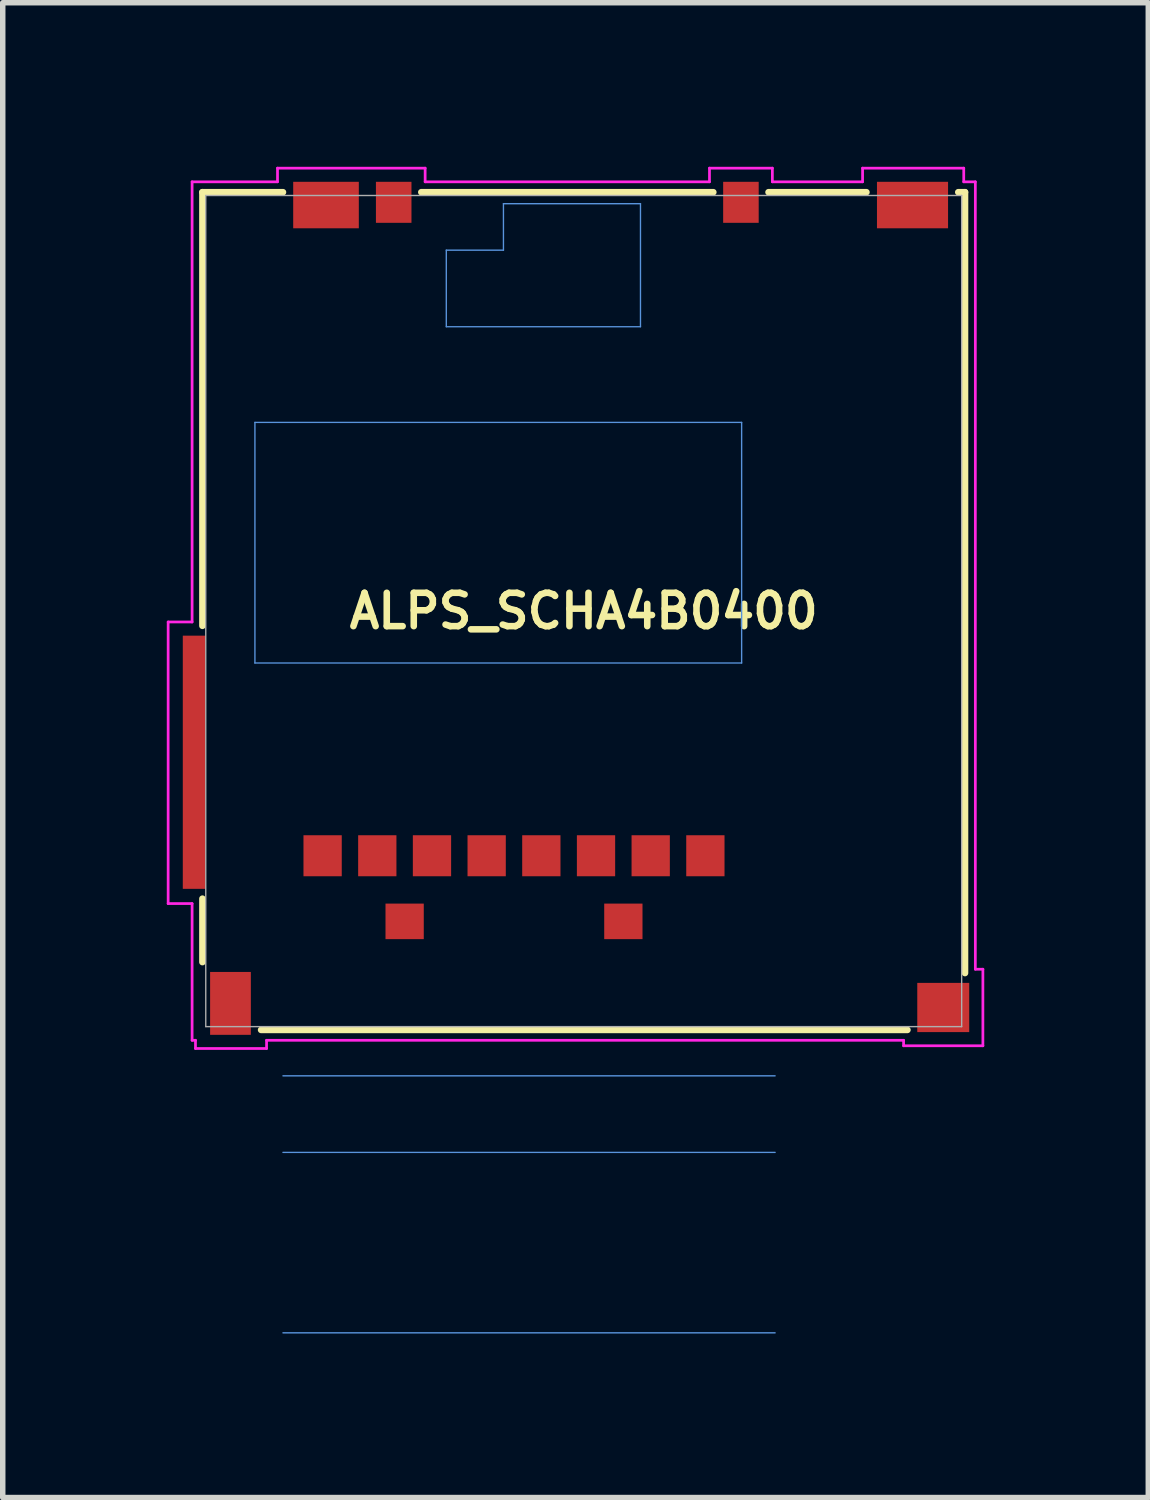
<source format=kicad_pcb>
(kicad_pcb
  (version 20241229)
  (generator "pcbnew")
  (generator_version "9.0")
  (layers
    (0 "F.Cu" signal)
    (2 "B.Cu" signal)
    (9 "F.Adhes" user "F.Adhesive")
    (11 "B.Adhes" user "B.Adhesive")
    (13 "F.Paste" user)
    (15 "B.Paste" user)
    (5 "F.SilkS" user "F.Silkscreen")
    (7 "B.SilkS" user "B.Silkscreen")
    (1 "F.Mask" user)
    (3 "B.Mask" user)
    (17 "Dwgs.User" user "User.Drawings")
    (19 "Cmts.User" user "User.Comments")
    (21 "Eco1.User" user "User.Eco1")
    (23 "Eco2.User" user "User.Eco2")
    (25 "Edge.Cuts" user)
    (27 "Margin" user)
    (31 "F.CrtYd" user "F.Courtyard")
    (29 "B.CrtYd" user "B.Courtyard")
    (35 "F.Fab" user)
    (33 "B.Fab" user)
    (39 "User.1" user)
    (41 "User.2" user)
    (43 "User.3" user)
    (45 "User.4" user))
  (footprint "ALPS_SCHA4B0400"
    (layer "F.Cu")
    (at 7.625 8.125)
    (property "Reference" "ALPS_SCHA4B0400" (at 0 0 0) (layer "F.SilkS") (effects (font (size 0.61 0.61) (thickness 0.12))))
    (attr through_hole)
    (fp_line (start -6.973 -7.66) (end -5.5 -7.66) (stroke (width 0.12) (type solid)) (layer "F.SilkS"))
    (fp_line (start -6.973 0.27) (end -6.973 -7.66) (stroke (width 0.12) (type solid)) (layer "F.SilkS"))
    (fp_line (start -6.973 6.42) (end -6.973 5.26) (stroke (width 0.12) (type solid)) (layer "F.SilkS"))
    (fp_line (start -2.97 -7.66) (end 2.37 -7.66) (stroke (width 0.12) (type solid)) (layer "F.SilkS"))
    (fp_line (start 3.38 -7.66) (end 5.17 -7.66) (stroke (width 0.12) (type solid)) (layer "F.SilkS"))
    (fp_line (start 5.92 7.66) (end -5.9 7.66) (stroke (width 0.12) (type solid)) (layer "F.SilkS"))
    (fp_line (start 6.973 -7.66) (end 6.85 -7.66) (stroke (width 0.12) (type solid)) (layer "F.SilkS"))
    (fp_line (start 6.973 -7.66) (end 6.973 6.62) (stroke (width 0.12) (type solid)) (layer "F.SilkS"))
    (fp_line (start -6.013 -3.45) (end 2.888 -3.45) (stroke (width 0.025) (type solid)) (layer "Cmts.User"))
    (fp_line (start -6.013 0.95) (end -6.013 -3.45) (stroke (width 0.025) (type solid)) (layer "Cmts.User"))
    (fp_line (start -5.5 8.5) (end 3.5 8.5) (stroke (width 0.025) (type solid)) (layer "Cmts.User"))
    (fp_line (start -5.5 9.9) (end 3.5 9.9) (stroke (width 0.025) (type solid)) (layer "Cmts.User"))
    (fp_line (start -5.5 13.2) (end 3.5 13.2) (stroke (width 0.025) (type solid)) (layer "Cmts.User"))
    (fp_line (start -2.513 -6.6) (end -2.513 -5.2) (stroke (width 0.025) (type solid)) (layer "Cmts.User"))
    (fp_line (start -2.513 -5.2) (end 1.038 -5.2) (stroke (width 0.025) (type solid)) (layer "Cmts.User"))
    (fp_line (start -1.468 -7.45) (end -1.468 -6.6) (stroke (width 0.025) (type solid)) (layer "Cmts.User"))
    (fp_line (start -1.468 -6.6) (end -2.513 -6.6) (stroke (width 0.025) (type solid)) (layer "Cmts.User"))
    (fp_line (start 1.038 -7.45) (end -1.468 -7.45) (stroke (width 0.025) (type solid)) (layer "Cmts.User"))
    (fp_line (start 1.038 -5.2) (end 1.038 -7.45) (stroke (width 0.025) (type solid)) (layer "Cmts.User"))
    (fp_line (start 2.888 -3.45) (end 2.888 0.95) (stroke (width 0.025) (type solid)) (layer "Cmts.User"))
    (fp_line (start 2.888 0.95) (end -6.013 0.95) (stroke (width 0.025) (type solid)) (layer "Cmts.User"))
    (fp_line (start -7.6 0.2) (end -7.6 5.35) (stroke (width 0.05) (type solid)) (layer "F.CrtYd"))
    (fp_line (start -7.6 5.35) (end -7.162 5.35) (stroke (width 0.05) (type solid)) (layer "F.CrtYd"))
    (fp_line (start -7.162 -7.85) (end -7.162 0.2) (stroke (width 0.05) (type solid)) (layer "F.CrtYd"))
    (fp_line (start -7.162 0.2) (end -7.6 0.2) (stroke (width 0.05) (type solid)) (layer "F.CrtYd"))
    (fp_line (start -7.162 5.35) (end -7.162 7.85) (stroke (width 0.05) (type solid)) (layer "F.CrtYd"))
    (fp_line (start -7.162 7.85) (end -7.1 7.85) (stroke (width 0.05) (type solid)) (layer "F.CrtYd"))
    (fp_line (start -7.1 7.85) (end -7.1 8) (stroke (width 0.05) (type solid)) (layer "F.CrtYd"))
    (fp_line (start -7.1 8) (end -5.8 8) (stroke (width 0.05) (type solid)) (layer "F.CrtYd"))
    (fp_line (start -5.8 7.85) (end 5.85 7.85) (stroke (width 0.05) (type solid)) (layer "F.CrtYd"))
    (fp_line (start -5.8 8) (end -5.8 7.85) (stroke (width 0.05) (type solid)) (layer "F.CrtYd"))
    (fp_line (start -5.6 -8.1) (end -5.6 -7.85) (stroke (width 0.05) (type solid)) (layer "F.CrtYd"))
    (fp_line (start -5.6 -7.85) (end -7.162 -7.85) (stroke (width 0.05) (type solid)) (layer "F.CrtYd"))
    (fp_line (start -2.9 -8.1) (end -5.6 -8.1) (stroke (width 0.05) (type solid)) (layer "F.CrtYd"))
    (fp_line (start -2.9 -7.85) (end -2.9 -8.1) (stroke (width 0.05) (type solid)) (layer "F.CrtYd"))
    (fp_line (start 2.3 -8.1) (end 2.3 -7.85) (stroke (width 0.05) (type solid)) (layer "F.CrtYd"))
    (fp_line (start 2.3 -7.85) (end -2.9 -7.85) (stroke (width 0.05) (type solid)) (layer "F.CrtYd"))
    (fp_line (start 3.45 -8.1) (end 2.3 -8.1) (stroke (width 0.05) (type solid)) (layer "F.CrtYd"))
    (fp_line (start 3.45 -7.85) (end 3.45 -8.1) (stroke (width 0.05) (type solid)) (layer "F.CrtYd"))
    (fp_line (start 5.1 -8.1) (end 5.1 -7.85) (stroke (width 0.05) (type solid)) (layer "F.CrtYd"))
    (fp_line (start 5.1 -7.85) (end 3.45 -7.85) (stroke (width 0.05) (type solid)) (layer "F.CrtYd"))
    (fp_line (start 5.85 7.85) (end 5.85 7.95) (stroke (width 0.05) (type solid)) (layer "F.CrtYd"))
    (fp_line (start 5.85 7.95) (end 7.3 7.95) (stroke (width 0.05) (type solid)) (layer "F.CrtYd"))
    (fp_line (start 6.95 -8.1) (end 5.1 -8.1) (stroke (width 0.05) (type solid)) (layer "F.CrtYd"))
    (fp_line (start 6.95 -7.85) (end 6.95 -8.1) (stroke (width 0.05) (type solid)) (layer "F.CrtYd"))
    (fp_line (start 7.162 -7.85) (end 6.95 -7.85) (stroke (width 0.05) (type solid)) (layer "F.CrtYd"))
    (fp_line (start 7.162 6.55) (end 7.162 -7.85) (stroke (width 0.05) (type solid)) (layer "F.CrtYd"))
    (fp_line (start 7.3 6.55) (end 7.162 6.55) (stroke (width 0.05) (type solid)) (layer "F.CrtYd"))
    (fp_line (start 7.3 7.95) (end 7.3 6.55) (stroke (width 0.05) (type solid)) (layer "F.CrtYd"))
    (fp_line (start -6.912 -7.6) (end 6.912 -7.6) (stroke (width 0.025) (type solid)) (layer "F.Fab"))
    (fp_line (start -6.912 7.6) (end -6.912 -7.6) (stroke (width 0.025) (type solid)) (layer "F.Fab"))
    (fp_line (start 6.912 -7.6) (end 6.912 7.6) (stroke (width 0.025) (type solid)) (layer "F.Fab"))
    (fp_line (start 6.912 7.6) (end -6.912 7.6) (stroke (width 0.025) (type solid)) (layer "F.Fab"))
    (pad "0" smd rect (at -3.275 5.675) (size 0.7 0.65) (layers "F.Cu" "F.Mask" "F.Paste"))
    (pad "0" smd rect (at 0.725 5.675) (size 0.7 0.65) (layers "F.Cu" "F.Mask" "F.Paste"))
    (pad "1" smd rect (at 2.225 4.475) (size 0.7 0.75) (layers "F.Cu" "F.Mask" "F.Paste"))
    (pad "2" smd rect (at 1.225 4.475) (size 0.7 0.75) (layers "F.Cu" "F.Mask" "F.Paste"))
    (pad "3" smd rect (at 0.225 4.475) (size 0.7 0.75) (layers "F.Cu" "F.Mask" "F.Paste"))
    (pad "4" smd rect (at -0.775 4.475) (size 0.7 0.75) (layers "F.Cu" "F.Mask" "F.Paste"))
    (pad "5" smd rect (at -1.775 4.475) (size 0.7 0.75) (layers "F.Cu" "F.Mask" "F.Paste"))
    (pad "6" smd rect (at -2.775 4.475) (size 0.7 0.75) (layers "F.Cu" "F.Mask" "F.Paste"))
    (pad "7" smd rect (at -3.775 4.475) (size 0.7 0.75) (layers "F.Cu" "F.Mask" "F.Paste"))
    (pad "8" smd rect (at -4.775 4.475) (size 0.7 0.75) (layers "F.Cu" "F.Mask" "F.Paste"))
    (pad "A" smd rect (at -3.475 -7.475) (size 0.65 0.75) (layers "F.Cu" "F.Mask" "F.Paste"))
    (pad "B" smd rect (at 2.875 -7.475) (size 0.65 0.75) (layers "F.Cu" "F.Mask" "F.Paste"))
    (pad "SH" smd rect (at -7.122 2.765) (size 0.42 4.63) (layers "F.Cu" "F.Mask" "F.Paste"))
    (pad "SH" smd rect (at -6.46 7.175) (size 0.745 1.15) (layers "F.Cu" "F.Mask" "F.Paste"))
    (pad "SH" smd rect (at -4.713 -7.425) (size 1.2 0.85) (layers "F.Cu" "F.Mask" "F.Paste"))
    (pad "SH" smd rect (at 6.013 -7.425) (size 1.3 0.85) (layers "F.Cu" "F.Mask" "F.Paste"))
    (pad "SH" smd rect (at 6.575 7.25) (size 0.95 0.9) (layers "F.Cu" "F.Mask" "F.Paste")))
  (gr_rect
    (start -3 -3)
    (end 17.95 24.337)
    (stroke (width 0.1) (type default))
    (fill no)
    (layer "Edge.Cuts")))
</source>
